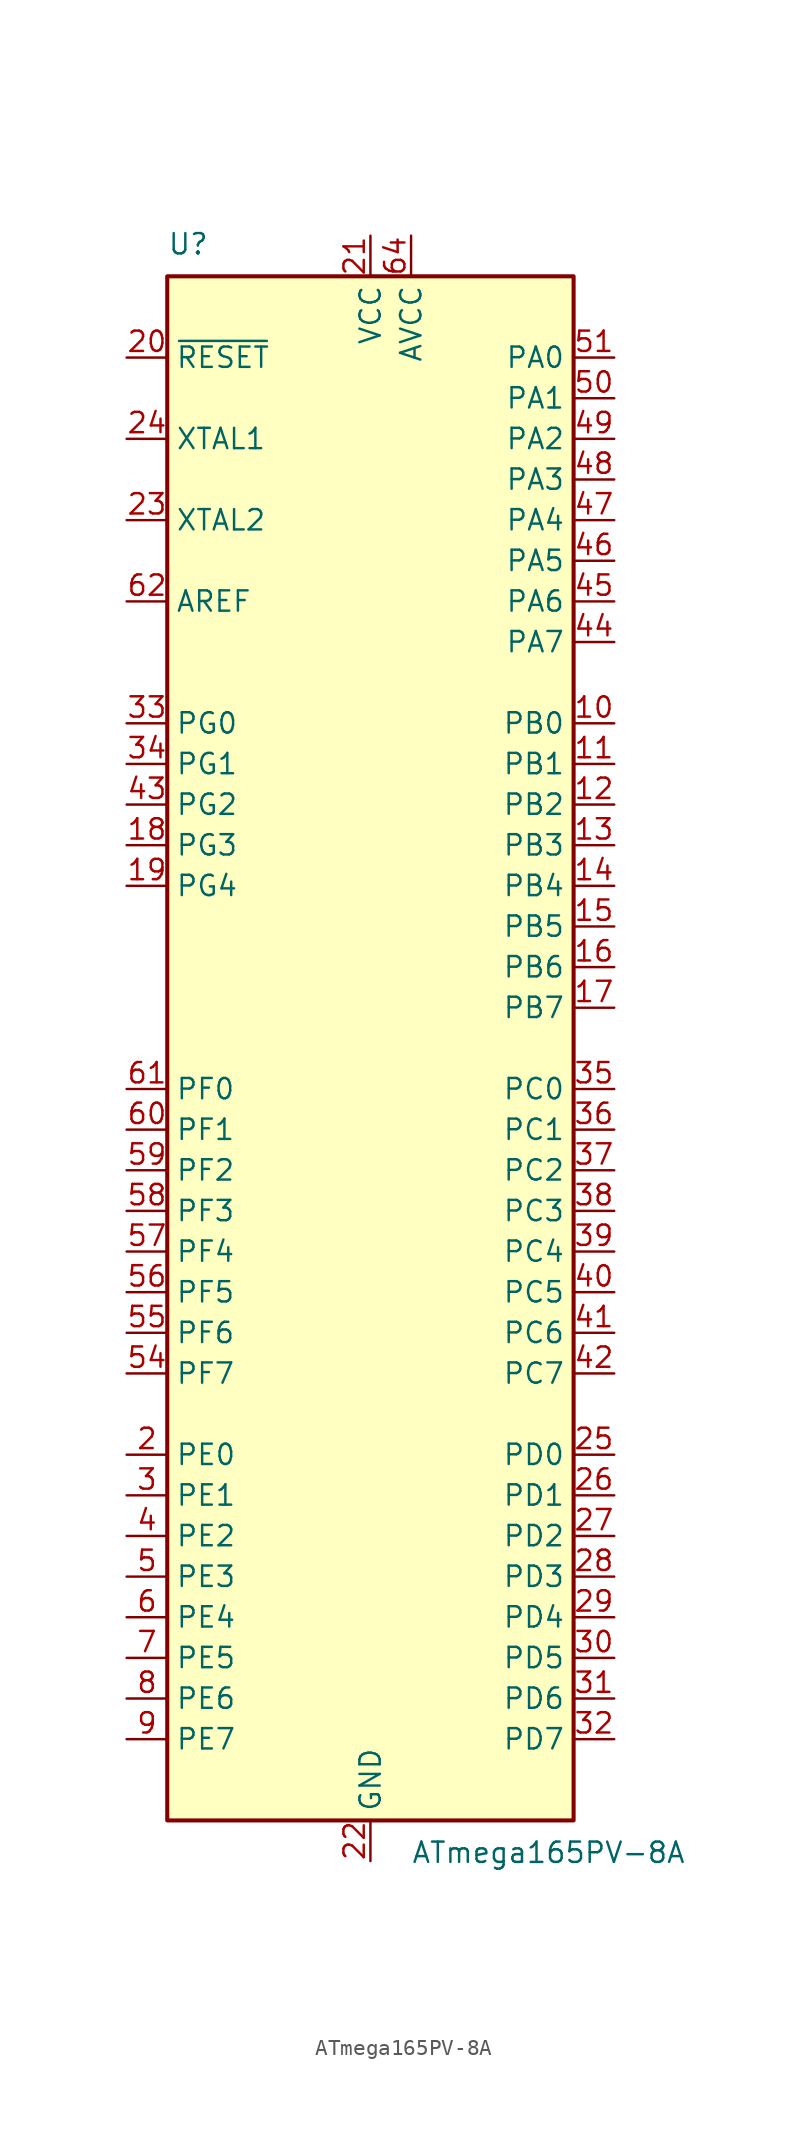
<source format=kicad_sym>
(kicad_symbol_lib
  (version 20200908)
  (generator kicad_symbol_editor)
  (symbol "MCU_Microchip_ATmega:ATmega165PV-8A"
    (property "Reference" "U"
      (at -12.7 49.53 0)
      (effects (font (size 1.27 1.27)) (justify left bottom)))
    (property "Value" "ATmega165PV-8A"
      (at 2.54 -49.53 0)
      (effects (font (size 1.27 1.27)) (justify left top)))
    (symbol "ATmega165PV-8A_0_1"
      (rectangle (start -12.7 -48.26) (end 12.7 48.26) (stroke (width 0.254)) (fill (type background))))
    (symbol "ATmega165PV-8A_1_1"
      (pin unconnected line (at -12.7 -45.72 0) (length 2.54) hide (name "NC" (effects (font (size 1.27 1.27)))) (number "1" (effects (font (size 1.27 1.27)))))
      (pin bidirectional line (at 15.24 20.32 180) (length 2.54) (name "PB0" (effects (font (size 1.27 1.27)))) (number "10" (effects (font (size 1.27 1.27)))))
      (pin bidirectional line (at 15.24 17.78 180) (length 2.54) (name "PB1" (effects (font (size 1.27 1.27)))) (number "11" (effects (font (size 1.27 1.27)))))
      (pin bidirectional line (at 15.24 15.24 180) (length 2.54) (name "PB2" (effects (font (size 1.27 1.27)))) (number "12" (effects (font (size 1.27 1.27)))))
      (pin bidirectional line (at 15.24 12.7 180) (length 2.54) (name "PB3" (effects (font (size 1.27 1.27)))) (number "13" (effects (font (size 1.27 1.27)))))
      (pin bidirectional line (at 15.24 10.16 180) (length 2.54) (name "PB4" (effects (font (size 1.27 1.27)))) (number "14" (effects (font (size 1.27 1.27)))))
      (pin bidirectional line (at 15.24 7.62 180) (length 2.54) (name "PB5" (effects (font (size 1.27 1.27)))) (number "15" (effects (font (size 1.27 1.27)))))
      (pin bidirectional line (at 15.24 5.08 180) (length 2.54) (name "PB6" (effects (font (size 1.27 1.27)))) (number "16" (effects (font (size 1.27 1.27)))))
      (pin bidirectional line (at 15.24 2.54 180) (length 2.54) (name "PB7" (effects (font (size 1.27 1.27)))) (number "17" (effects (font (size 1.27 1.27)))))
      (pin bidirectional line (at -15.24 12.7 0) (length 2.54) (name "PG3" (effects (font (size 1.27 1.27)))) (number "18" (effects (font (size 1.27 1.27)))))
      (pin bidirectional line (at -15.24 10.16 0) (length 2.54) (name "PG4" (effects (font (size 1.27 1.27)))) (number "19" (effects (font (size 1.27 1.27)))))
      (pin bidirectional line (at -15.24 -25.4 0) (length 2.54) (name "PE0" (effects (font (size 1.27 1.27)))) (number "2" (effects (font (size 1.27 1.27)))))
      (pin input line (at -15.24 43.18 0) (length 2.54) (name "~RESET" (effects (font (size 1.27 1.27)))) (number "20" (effects (font (size 1.27 1.27)))))
      (pin power_in line (at 0 50.8 270) (length 2.54) (name "VCC" (effects (font (size 1.27 1.27)))) (number "21" (effects (font (size 1.27 1.27)))))
      (pin power_in line (at 0 -50.8 90) (length 2.54) (name "GND" (effects (font (size 1.27 1.27)))) (number "22" (effects (font (size 1.27 1.27)))))
      (pin output line (at -15.24 33.02 0) (length 2.54) (name "XTAL2" (effects (font (size 1.27 1.27)))) (number "23" (effects (font (size 1.27 1.27)))))
      (pin input line (at -15.24 38.1 0) (length 2.54) (name "XTAL1" (effects (font (size 1.27 1.27)))) (number "24" (effects (font (size 1.27 1.27)))))
      (pin bidirectional line (at 15.24 -25.4 180) (length 2.54) (name "PD0" (effects (font (size 1.27 1.27)))) (number "25" (effects (font (size 1.27 1.27)))))
      (pin bidirectional line (at 15.24 -27.94 180) (length 2.54) (name "PD1" (effects (font (size 1.27 1.27)))) (number "26" (effects (font (size 1.27 1.27)))))
      (pin bidirectional line (at 15.24 -30.48 180) (length 2.54) (name "PD2" (effects (font (size 1.27 1.27)))) (number "27" (effects (font (size 1.27 1.27)))))
      (pin bidirectional line (at 15.24 -33.02 180) (length 2.54) (name "PD3" (effects (font (size 1.27 1.27)))) (number "28" (effects (font (size 1.27 1.27)))))
      (pin bidirectional line (at 15.24 -35.56 180) (length 2.54) (name "PD4" (effects (font (size 1.27 1.27)))) (number "29" (effects (font (size 1.27 1.27)))))
      (pin bidirectional line (at -15.24 -27.94 0) (length 2.54) (name "PE1" (effects (font (size 1.27 1.27)))) (number "3" (effects (font (size 1.27 1.27)))))
      (pin bidirectional line (at 15.24 -38.1 180) (length 2.54) (name "PD5" (effects (font (size 1.27 1.27)))) (number "30" (effects (font (size 1.27 1.27)))))
      (pin bidirectional line (at 15.24 -40.64 180) (length 2.54) (name "PD6" (effects (font (size 1.27 1.27)))) (number "31" (effects (font (size 1.27 1.27)))))
      (pin bidirectional line (at 15.24 -43.18 180) (length 2.54) (name "PD7" (effects (font (size 1.27 1.27)))) (number "32" (effects (font (size 1.27 1.27)))))
      (pin bidirectional line (at -15.24 20.32 0) (length 2.54) (name "PG0" (effects (font (size 1.27 1.27)))) (number "33" (effects (font (size 1.27 1.27)))))
      (pin bidirectional line (at -15.24 17.78 0) (length 2.54) (name "PG1" (effects (font (size 1.27 1.27)))) (number "34" (effects (font (size 1.27 1.27)))))
      (pin bidirectional line (at 15.24 -2.54 180) (length 2.54) (name "PC0" (effects (font (size 1.27 1.27)))) (number "35" (effects (font (size 1.27 1.27)))))
      (pin bidirectional line (at 15.24 -5.08 180) (length 2.54) (name "PC1" (effects (font (size 1.27 1.27)))) (number "36" (effects (font (size 1.27 1.27)))))
      (pin bidirectional line (at 15.24 -7.62 180) (length 2.54) (name "PC2" (effects (font (size 1.27 1.27)))) (number "37" (effects (font (size 1.27 1.27)))))
      (pin bidirectional line (at 15.24 -10.16 180) (length 2.54) (name "PC3" (effects (font (size 1.27 1.27)))) (number "38" (effects (font (size 1.27 1.27)))))
      (pin bidirectional line (at 15.24 -12.7 180) (length 2.54) (name "PC4" (effects (font (size 1.27 1.27)))) (number "39" (effects (font (size 1.27 1.27)))))
      (pin bidirectional line (at -15.24 -30.48 0) (length 2.54) (name "PE2" (effects (font (size 1.27 1.27)))) (number "4" (effects (font (size 1.27 1.27)))))
      (pin bidirectional line (at 15.24 -15.24 180) (length 2.54) (name "PC5" (effects (font (size 1.27 1.27)))) (number "40" (effects (font (size 1.27 1.27)))))
      (pin bidirectional line (at 15.24 -17.78 180) (length 2.54) (name "PC6" (effects (font (size 1.27 1.27)))) (number "41" (effects (font (size 1.27 1.27)))))
      (pin bidirectional line (at 15.24 -20.32 180) (length 2.54) (name "PC7" (effects (font (size 1.27 1.27)))) (number "42" (effects (font (size 1.27 1.27)))))
      (pin bidirectional line (at -15.24 15.24 0) (length 2.54) (name "PG2" (effects (font (size 1.27 1.27)))) (number "43" (effects (font (size 1.27 1.27)))))
      (pin bidirectional line (at 15.24 25.4 180) (length 2.54) (name "PA7" (effects (font (size 1.27 1.27)))) (number "44" (effects (font (size 1.27 1.27)))))
      (pin bidirectional line (at 15.24 27.94 180) (length 2.54) (name "PA6" (effects (font (size 1.27 1.27)))) (number "45" (effects (font (size 1.27 1.27)))))
      (pin bidirectional line (at 15.24 30.48 180) (length 2.54) (name "PA5" (effects (font (size 1.27 1.27)))) (number "46" (effects (font (size 1.27 1.27)))))
      (pin bidirectional line (at 15.24 33.02 180) (length 2.54) (name "PA4" (effects (font (size 1.27 1.27)))) (number "47" (effects (font (size 1.27 1.27)))))
      (pin bidirectional line (at 15.24 35.56 180) (length 2.54) (name "PA3" (effects (font (size 1.27 1.27)))) (number "48" (effects (font (size 1.27 1.27)))))
      (pin bidirectional line (at 15.24 38.1 180) (length 2.54) (name "PA2" (effects (font (size 1.27 1.27)))) (number "49" (effects (font (size 1.27 1.27)))))
      (pin bidirectional line (at -15.24 -33.02 0) (length 2.54) (name "PE3" (effects (font (size 1.27 1.27)))) (number "5" (effects (font (size 1.27 1.27)))))
      (pin bidirectional line (at 15.24 40.64 180) (length 2.54) (name "PA1" (effects (font (size 1.27 1.27)))) (number "50" (effects (font (size 1.27 1.27)))))
      (pin bidirectional line (at 15.24 43.18 180) (length 2.54) (name "PA0" (effects (font (size 1.27 1.27)))) (number "51" (effects (font (size 1.27 1.27)))))
      (pin passive line (at 0 50.8 270) (length 2.54) hide (name "VCC" (effects (font (size 1.27 1.27)))) (number "52" (effects (font (size 1.27 1.27)))))
      (pin passive line (at 0 -50.8 90) (length 2.54) hide (name "GND" (effects (font (size 1.27 1.27)))) (number "53" (effects (font (size 1.27 1.27)))))
      (pin bidirectional line (at -15.24 -20.32 0) (length 2.54) (name "PF7" (effects (font (size 1.27 1.27)))) (number "54" (effects (font (size 1.27 1.27)))))
      (pin bidirectional line (at -15.24 -17.78 0) (length 2.54) (name "PF6" (effects (font (size 1.27 1.27)))) (number "55" (effects (font (size 1.27 1.27)))))
      (pin bidirectional line (at -15.24 -15.24 0) (length 2.54) (name "PF5" (effects (font (size 1.27 1.27)))) (number "56" (effects (font (size 1.27 1.27)))))
      (pin bidirectional line (at -15.24 -12.7 0) (length 2.54) (name "PF4" (effects (font (size 1.27 1.27)))) (number "57" (effects (font (size 1.27 1.27)))))
      (pin bidirectional line (at -15.24 -10.16 0) (length 2.54) (name "PF3" (effects (font (size 1.27 1.27)))) (number "58" (effects (font (size 1.27 1.27)))))
      (pin bidirectional line (at -15.24 -7.62 0) (length 2.54) (name "PF2" (effects (font (size 1.27 1.27)))) (number "59" (effects (font (size 1.27 1.27)))))
      (pin bidirectional line (at -15.24 -35.56 0) (length 2.54) (name "PE4" (effects (font (size 1.27 1.27)))) (number "6" (effects (font (size 1.27 1.27)))))
      (pin bidirectional line (at -15.24 -5.08 0) (length 2.54) (name "PF1" (effects (font (size 1.27 1.27)))) (number "60" (effects (font (size 1.27 1.27)))))
      (pin bidirectional line (at -15.24 -2.54 0) (length 2.54) (name "PF0" (effects (font (size 1.27 1.27)))) (number "61" (effects (font (size 1.27 1.27)))))
      (pin passive line (at -15.24 27.94 0) (length 2.54) (name "AREF" (effects (font (size 1.27 1.27)))) (number "62" (effects (font (size 1.27 1.27)))))
      (pin passive line (at 0 -50.8 90) (length 2.54) hide (name "GND" (effects (font (size 1.27 1.27)))) (number "63" (effects (font (size 1.27 1.27)))))
      (pin power_in line (at 2.54 50.8 270) (length 2.54) (name "AVCC" (effects (font (size 1.27 1.27)))) (number "64" (effects (font (size 1.27 1.27)))))
      (pin bidirectional line (at -15.24 -38.1 0) (length 2.54) (name "PE5" (effects (font (size 1.27 1.27)))) (number "7" (effects (font (size 1.27 1.27)))))
      (pin bidirectional line (at -15.24 -40.64 0) (length 2.54) (name "PE6" (effects (font (size 1.27 1.27)))) (number "8" (effects (font (size 1.27 1.27)))))
      (pin bidirectional line (at -15.24 -43.18 0) (length 2.54) (name "PE7" (effects (font (size 1.27 1.27)))) (number "9" (effects (font (size 1.27 1.27))))))))
</source>
